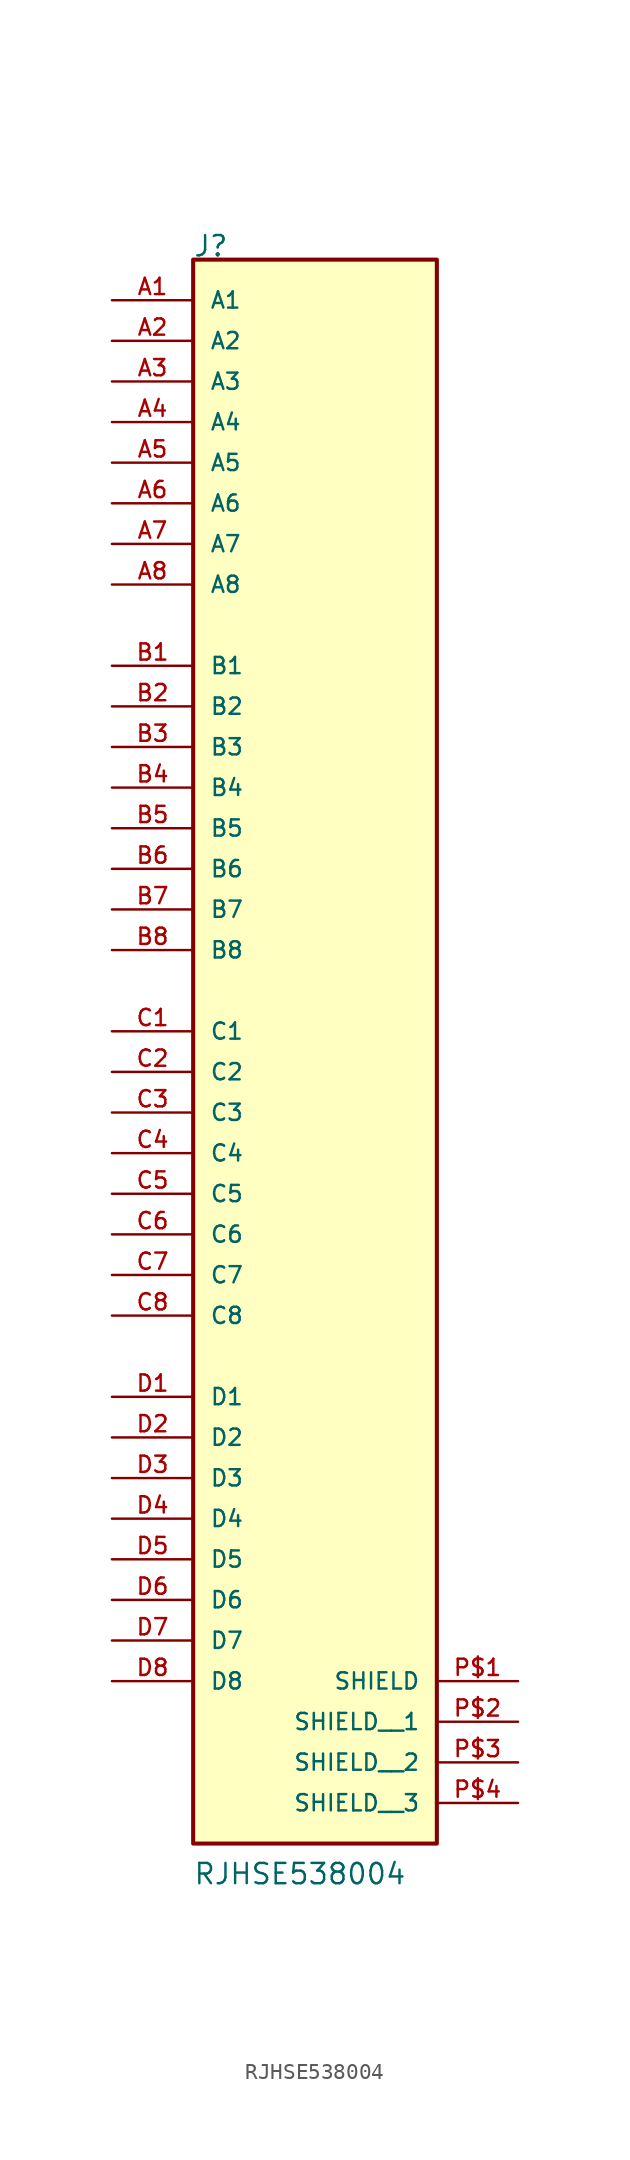
<source format=kicad_sym>
(kicad_symbol_lib
  (version 20220914)
  (generator kicad_symbol_editor)
  (symbol "RJHSE538004"
    (pin_names
      (offset 1.016))
    (property "Reference" "J"
      (at -7.638 45.825 0)
      (effects (font (size 1.27 1.27)) (justify left bottom)))
    (property "Value" "RJHSE538004"
      (at -7.636 -55.981 0)
      (effects (font (size 1.27 1.27)) (justify left bottom)))
    (symbol "RJHSE538004_0_0"
      (rectangle (start -7.62 -53.34) (end 7.62 45.72) (stroke (width 0.254) (type default)) (fill (type background)))
      (pin passive line (at -12.7 43.18 0) (length 5.08) (name "A1" (effects (font (size 1.016 1.016)))) (number "A1" (effects (font (size 1.016 1.016)))))
      (pin passive line (at -12.7 40.64 0) (length 5.08) (name "A2" (effects (font (size 1.016 1.016)))) (number "A2" (effects (font (size 1.016 1.016)))))
      (pin passive line (at -12.7 38.1 0) (length 5.08) (name "A3" (effects (font (size 1.016 1.016)))) (number "A3" (effects (font (size 1.016 1.016)))))
      (pin passive line (at -12.7 35.56 0) (length 5.08) (name "A4" (effects (font (size 1.016 1.016)))) (number "A4" (effects (font (size 1.016 1.016)))))
      (pin passive line (at -12.7 33.02 0) (length 5.08) (name "A5" (effects (font (size 1.016 1.016)))) (number "A5" (effects (font (size 1.016 1.016)))))
      (pin passive line (at -12.7 30.48 0) (length 5.08) (name "A6" (effects (font (size 1.016 1.016)))) (number "A6" (effects (font (size 1.016 1.016)))))
      (pin passive line (at -12.7 27.94 0) (length 5.08) (name "A7" (effects (font (size 1.016 1.016)))) (number "A7" (effects (font (size 1.016 1.016)))))
      (pin passive line (at -12.7 25.4 0) (length 5.08) (name "A8" (effects (font (size 1.016 1.016)))) (number "A8" (effects (font (size 1.016 1.016)))))
      (pin passive line (at -12.7 20.32 0) (length 5.08) (name "B1" (effects (font (size 1.016 1.016)))) (number "B1" (effects (font (size 1.016 1.016)))))
      (pin passive line (at -12.7 17.78 0) (length 5.08) (name "B2" (effects (font (size 1.016 1.016)))) (number "B2" (effects (font (size 1.016 1.016)))))
      (pin passive line (at -12.7 15.24 0) (length 5.08) (name "B3" (effects (font (size 1.016 1.016)))) (number "B3" (effects (font (size 1.016 1.016)))))
      (pin passive line (at -12.7 12.7 0) (length 5.08) (name "B4" (effects (font (size 1.016 1.016)))) (number "B4" (effects (font (size 1.016 1.016)))))
      (pin passive line (at -12.7 10.16 0) (length 5.08) (name "B5" (effects (font (size 1.016 1.016)))) (number "B5" (effects (font (size 1.016 1.016)))))
      (pin passive line (at -12.7 7.62 0) (length 5.08) (name "B6" (effects (font (size 1.016 1.016)))) (number "B6" (effects (font (size 1.016 1.016)))))
      (pin passive line (at -12.7 5.08 0) (length 5.08) (name "B7" (effects (font (size 1.016 1.016)))) (number "B7" (effects (font (size 1.016 1.016)))))
      (pin passive line (at -12.7 2.54 0) (length 5.08) (name "B8" (effects (font (size 1.016 1.016)))) (number "B8" (effects (font (size 1.016 1.016)))))
      (pin passive line (at -12.7 -2.54 0) (length 5.08) (name "C1" (effects (font (size 1.016 1.016)))) (number "C1" (effects (font (size 1.016 1.016)))))
      (pin passive line (at -12.7 -5.08 0) (length 5.08) (name "C2" (effects (font (size 1.016 1.016)))) (number "C2" (effects (font (size 1.016 1.016)))))
      (pin passive line (at -12.7 -7.62 0) (length 5.08) (name "C3" (effects (font (size 1.016 1.016)))) (number "C3" (effects (font (size 1.016 1.016)))))
      (pin passive line (at -12.7 -10.16 0) (length 5.08) (name "C4" (effects (font (size 1.016 1.016)))) (number "C4" (effects (font (size 1.016 1.016)))))
      (pin passive line (at -12.7 -12.7 0) (length 5.08) (name "C5" (effects (font (size 1.016 1.016)))) (number "C5" (effects (font (size 1.016 1.016)))))
      (pin passive line (at -12.7 -15.24 0) (length 5.08) (name "C6" (effects (font (size 1.016 1.016)))) (number "C6" (effects (font (size 1.016 1.016)))))
      (pin passive line (at -12.7 -17.78 0) (length 5.08) (name "C7" (effects (font (size 1.016 1.016)))) (number "C7" (effects (font (size 1.016 1.016)))))
      (pin passive line (at -12.7 -20.32 0) (length 5.08) (name "C8" (effects (font (size 1.016 1.016)))) (number "C8" (effects (font (size 1.016 1.016)))))
      (pin passive line (at -12.7 -25.4 0) (length 5.08) (name "D1" (effects (font (size 1.016 1.016)))) (number "D1" (effects (font (size 1.016 1.016)))))
      (pin passive line (at -12.7 -27.94 0) (length 5.08) (name "D2" (effects (font (size 1.016 1.016)))) (number "D2" (effects (font (size 1.016 1.016)))))
      (pin passive line (at -12.7 -30.48 0) (length 5.08) (name "D3" (effects (font (size 1.016 1.016)))) (number "D3" (effects (font (size 1.016 1.016)))))
      (pin passive line (at -12.7 -33.02 0) (length 5.08) (name "D4" (effects (font (size 1.016 1.016)))) (number "D4" (effects (font (size 1.016 1.016)))))
      (pin passive line (at -12.7 -35.56 0) (length 5.08) (name "D5" (effects (font (size 1.016 1.016)))) (number "D5" (effects (font (size 1.016 1.016)))))
      (pin passive line (at -12.7 -38.1 0) (length 5.08) (name "D6" (effects (font (size 1.016 1.016)))) (number "D6" (effects (font (size 1.016 1.016)))))
      (pin passive line (at -12.7 -40.64 0) (length 5.08) (name "D7" (effects (font (size 1.016 1.016)))) (number "D7" (effects (font (size 1.016 1.016)))))
      (pin passive line (at -12.7 -43.18 0) (length 5.08) (name "D8" (effects (font (size 1.016 1.016)))) (number "D8" (effects (font (size 1.016 1.016)))))
      (pin power_in line (at 12.7 -43.18 180) (length 5.08) (name "SHIELD" (effects (font (size 1.016 1.016)))) (number "P$1" (effects (font (size 1.016 1.016)))))
      (pin power_in line (at 12.7 -45.72 180) (length 5.08) (name "SHIELD__1" (effects (font (size 1.016 1.016)))) (number "P$2" (effects (font (size 1.016 1.016)))))
      (pin power_in line (at 12.7 -48.26 180) (length 5.08) (name "SHIELD__2" (effects (font (size 1.016 1.016)))) (number "P$3" (effects (font (size 1.016 1.016)))))
      (pin power_in line (at 12.7 -50.8 180) (length 5.08) (name "SHIELD__3" (effects (font (size 1.016 1.016)))) (number "P$4" (effects (font (size 1.016 1.016))))))))
</source>
